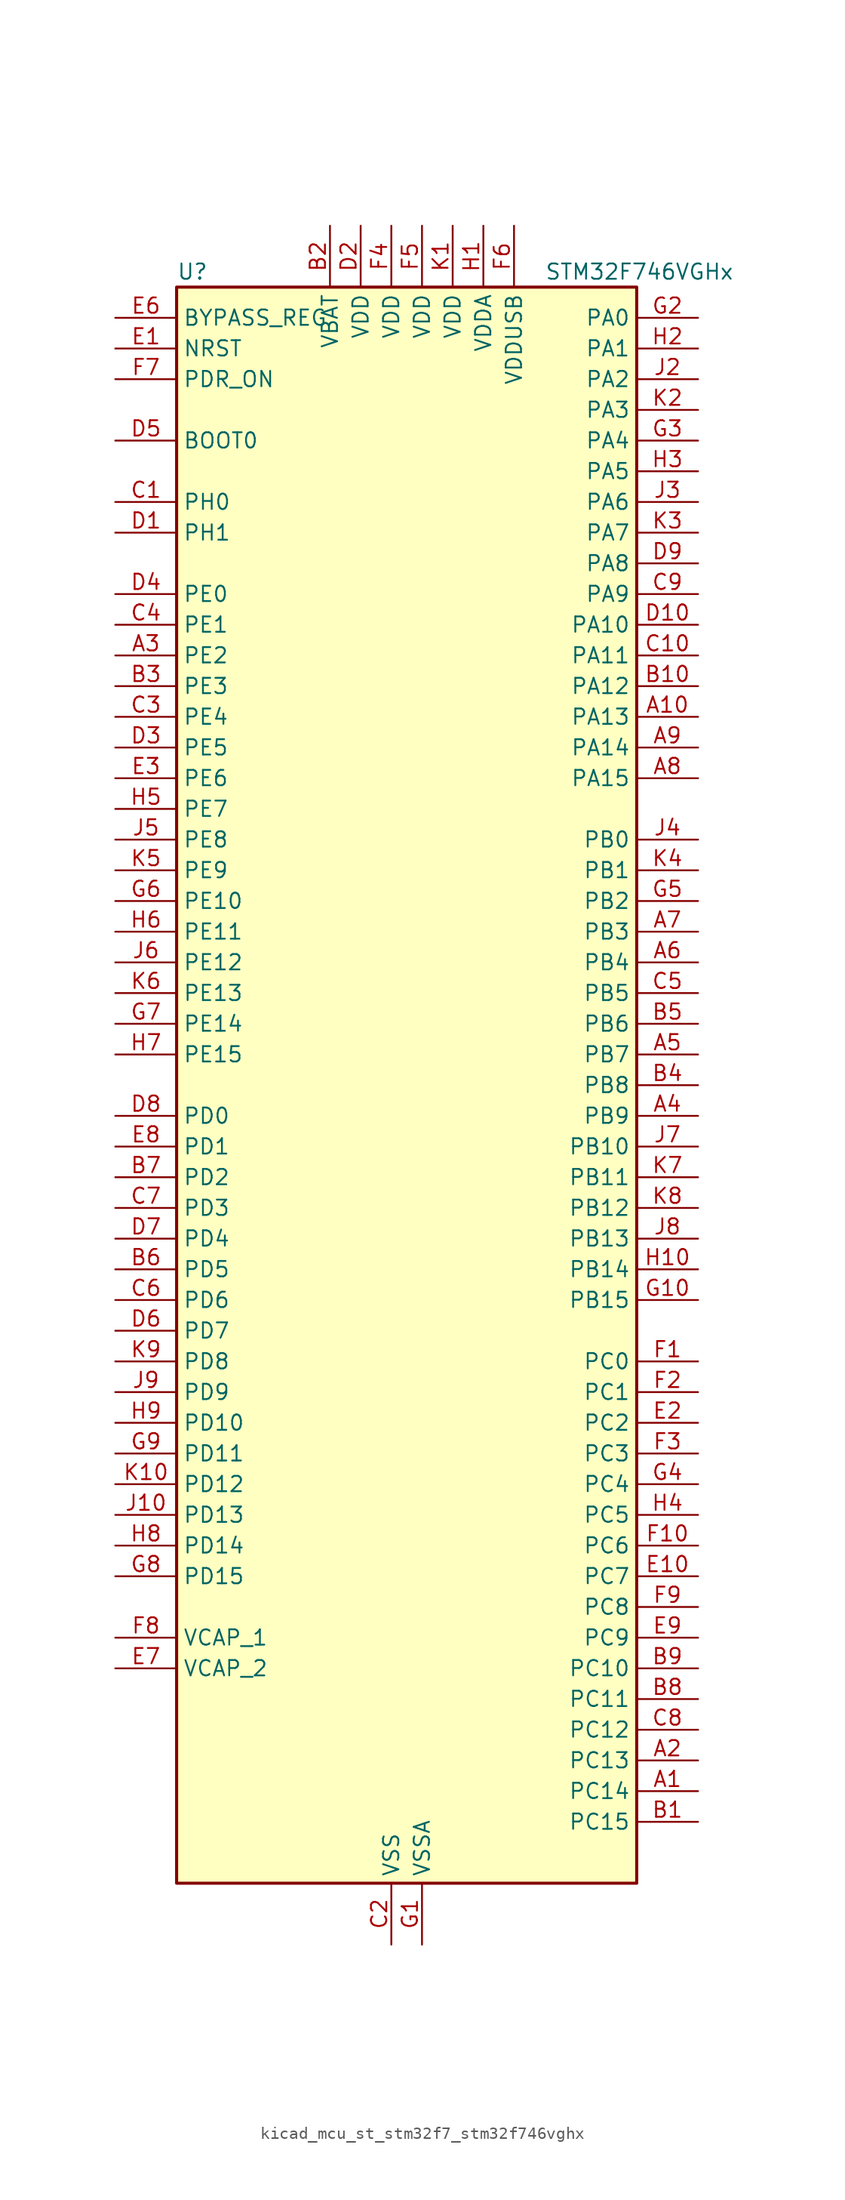
<source format=kicad_sym>
(kicad_symbol_lib
  (version 20220914)
  (generator kicad_symbol_editor)
  (symbol "kicad_mcu_st_stm32f7_stm32f746vghx"
    (property "Reference" "U"
      (at -17.78 67.31 0)
      (effects (font (size 1.27 1.27)) (justify left)))
    (property "Value" "STM32F746VGHx"
      (at 12.7 67.31 0)
      (effects (font (size 1.27 1.27)) (justify left)))
    (property "ki_locked" ""
      (at 0 0 0)
      (effects (font (size 1.27 1.27))))
    (symbol "kicad_mcu_st_stm32f7_stm32f746vghx_0_1"
      (rectangle (start -17.78 -66.04) (end 20.32 66.04) (stroke (width 0.254) (type default)) (fill (type background))))
    (symbol "kicad_mcu_st_stm32f7_stm32f746vghx_1_1"
      (pin bidirectional line (at 25.4 -58.42 180) (length 5.08) (name "PC14" (effects (font (size 1.27 1.27)))) (number "A1" (effects (font (size 1.27 1.27)))) (alternate "RCC_OSC32_IN" bidirectional line))
      (pin bidirectional line (at 25.4 30.48 180) (length 5.08) (name "PA13" (effects (font (size 1.27 1.27)))) (number "A10" (effects (font (size 1.27 1.27)))) (alternate "SYS_JTMS-SWDIO" bidirectional line))
      (pin bidirectional line (at 25.4 -55.88 180) (length 5.08) (name "PC13" (effects (font (size 1.27 1.27)))) (number "A2" (effects (font (size 1.27 1.27)))) (alternate "RTC_OUT" bidirectional line) (alternate "RTC_TAMP1" bidirectional line) (alternate "RTC_TS" bidirectional line) (alternate "SYS_WKUP4" bidirectional line))
      (pin bidirectional line (at -22.86 35.56 0) (length 5.08) (name "PE2" (effects (font (size 1.27 1.27)))) (number "A3" (effects (font (size 1.27 1.27)))) (alternate "ETH_TXD3" bidirectional line) (alternate "FMC_A23" bidirectional line) (alternate "QUADSPI_BK1_IO2" bidirectional line) (alternate "SAI1_MCLK_A" bidirectional line) (alternate "SPI4_SCK" bidirectional line) (alternate "SYS_TRACECLK" bidirectional line))
      (pin bidirectional line (at 25.4 -2.54 180) (length 5.08) (name "PB9" (effects (font (size 1.27 1.27)))) (number "A4" (effects (font (size 1.27 1.27)))) (alternate "CAN1_TX" bidirectional line) (alternate "DAC_EXTI9" bidirectional line) (alternate "DCMI_D7" bidirectional line) (alternate "I2C1_SDA" bidirectional line) (alternate "I2S2_WS" bidirectional line) (alternate "LTDC_B7" bidirectional line) (alternate "SDMMC1_D5" bidirectional line) (alternate "SPI2_NSS" bidirectional line) (alternate "TIM11_CH1" bidirectional line) (alternate "TIM4_CH4" bidirectional line))
      (pin bidirectional line (at 25.4 2.54 180) (length 5.08) (name "PB7" (effects (font (size 1.27 1.27)))) (number "A5" (effects (font (size 1.27 1.27)))) (alternate "DCMI_VSYNC" bidirectional line) (alternate "FMC_NL" bidirectional line) (alternate "I2C1_SDA" bidirectional line) (alternate "TIM4_CH2" bidirectional line) (alternate "USART1_RX" bidirectional line))
      (pin bidirectional line (at 25.4 10.16 180) (length 5.08) (name "PB4" (effects (font (size 1.27 1.27)))) (number "A6" (effects (font (size 1.27 1.27)))) (alternate "I2S2_WS" bidirectional line) (alternate "SPI1_MISO" bidirectional line) (alternate "SPI2_NSS" bidirectional line) (alternate "SPI3_MISO" bidirectional line) (alternate "SYS_JTRST" bidirectional line) (alternate "TIM3_CH1" bidirectional line))
      (pin bidirectional line (at 25.4 12.7 180) (length 5.08) (name "PB3" (effects (font (size 1.27 1.27)))) (number "A7" (effects (font (size 1.27 1.27)))) (alternate "I2S1_CK" bidirectional line) (alternate "I2S3_CK" bidirectional line) (alternate "SPI1_SCK" bidirectional line) (alternate "SPI3_SCK" bidirectional line) (alternate "SYS_JTDO-SWO" bidirectional line) (alternate "TIM2_CH2" bidirectional line))
      (pin bidirectional line (at 25.4 25.4 180) (length 5.08) (name "PA15" (effects (font (size 1.27 1.27)))) (number "A8" (effects (font (size 1.27 1.27)))) (alternate "CEC" bidirectional line) (alternate "I2S1_WS" bidirectional line) (alternate "I2S3_WS" bidirectional line) (alternate "SPI1_NSS" bidirectional line) (alternate "SPI3_NSS" bidirectional line) (alternate "SYS_JTDI" bidirectional line) (alternate "TIM2_CH1" bidirectional line) (alternate "TIM2_ETR" bidirectional line) (alternate "UART4_DE" bidirectional line) (alternate "UART4_RTS" bidirectional line))
      (pin bidirectional line (at 25.4 27.94 180) (length 5.08) (name "PA14" (effects (font (size 1.27 1.27)))) (number "A9" (effects (font (size 1.27 1.27)))) (alternate "SYS_JTCK-SWCLK" bidirectional line))
      (pin bidirectional line (at 25.4 -60.96 180) (length 5.08) (name "PC15" (effects (font (size 1.27 1.27)))) (number "B1" (effects (font (size 1.27 1.27)))) (alternate "RCC_OSC32_OUT" bidirectional line))
      (pin bidirectional line (at 25.4 33.02 180) (length 5.08) (name "PA12" (effects (font (size 1.27 1.27)))) (number "B10" (effects (font (size 1.27 1.27)))) (alternate "CAN1_TX" bidirectional line) (alternate "LTDC_R5" bidirectional line) (alternate "SAI2_FS_B" bidirectional line) (alternate "TIM1_ETR" bidirectional line) (alternate "USART1_DE" bidirectional line) (alternate "USART1_RTS" bidirectional line) (alternate "USB_OTG_FS_DP" bidirectional line))
      (pin power_in line (at -5.08 71.12 270) (length 5.08) (name "VBAT" (effects (font (size 1.27 1.27)))) (number "B2" (effects (font (size 1.27 1.27)))))
      (pin bidirectional line (at -22.86 33.02 0) (length 5.08) (name "PE3" (effects (font (size 1.27 1.27)))) (number "B3" (effects (font (size 1.27 1.27)))) (alternate "FMC_A19" bidirectional line) (alternate "SAI1_SD_B" bidirectional line) (alternate "SYS_TRACED0" bidirectional line))
      (pin bidirectional line (at 25.4 0 180) (length 5.08) (name "PB8" (effects (font (size 1.27 1.27)))) (number "B4" (effects (font (size 1.27 1.27)))) (alternate "CAN1_RX" bidirectional line) (alternate "DCMI_D6" bidirectional line) (alternate "ETH_TXD3" bidirectional line) (alternate "I2C1_SCL" bidirectional line) (alternate "LTDC_B6" bidirectional line) (alternate "SDMMC1_D4" bidirectional line) (alternate "TIM10_CH1" bidirectional line) (alternate "TIM4_CH3" bidirectional line))
      (pin bidirectional line (at 25.4 5.08 180) (length 5.08) (name "PB6" (effects (font (size 1.27 1.27)))) (number "B5" (effects (font (size 1.27 1.27)))) (alternate "CAN2_TX" bidirectional line) (alternate "CEC" bidirectional line) (alternate "DCMI_D5" bidirectional line) (alternate "FMC_SDNE1" bidirectional line) (alternate "I2C1_SCL" bidirectional line) (alternate "QUADSPI_BK1_NCS" bidirectional line) (alternate "TIM4_CH1" bidirectional line) (alternate "USART1_TX" bidirectional line))
      (pin bidirectional line (at -22.86 -15.24 0) (length 5.08) (name "PD5" (effects (font (size 1.27 1.27)))) (number "B6" (effects (font (size 1.27 1.27)))) (alternate "FMC_NWE" bidirectional line) (alternate "USART2_TX" bidirectional line))
      (pin bidirectional line (at -22.86 -7.62 0) (length 5.08) (name "PD2" (effects (font (size 1.27 1.27)))) (number "B7" (effects (font (size 1.27 1.27)))) (alternate "DCMI_D11" bidirectional line) (alternate "SDMMC1_CMD" bidirectional line) (alternate "SYS_TRACED2" bidirectional line) (alternate "TIM3_ETR" bidirectional line) (alternate "UART5_RX" bidirectional line))
      (pin bidirectional line (at 25.4 -50.8 180) (length 5.08) (name "PC11" (effects (font (size 1.27 1.27)))) (number "B8" (effects (font (size 1.27 1.27)))) (alternate "ADC1_EXTI11" bidirectional line) (alternate "ADC2_EXTI11" bidirectional line) (alternate "ADC3_EXTI11" bidirectional line) (alternate "DCMI_D4" bidirectional line) (alternate "QUADSPI_BK2_NCS" bidirectional line) (alternate "SDMMC1_D3" bidirectional line) (alternate "SPI3_MISO" bidirectional line) (alternate "UART4_RX" bidirectional line) (alternate "USART3_RX" bidirectional line))
      (pin bidirectional line (at 25.4 -48.26 180) (length 5.08) (name "PC10" (effects (font (size 1.27 1.27)))) (number "B9" (effects (font (size 1.27 1.27)))) (alternate "DCMI_D8" bidirectional line) (alternate "I2S3_CK" bidirectional line) (alternate "LTDC_R2" bidirectional line) (alternate "QUADSPI_BK1_IO1" bidirectional line) (alternate "SDMMC1_D2" bidirectional line) (alternate "SPI3_SCK" bidirectional line) (alternate "UART4_TX" bidirectional line) (alternate "USART3_TX" bidirectional line))
      (pin bidirectional line (at -22.86 48.26 0) (length 5.08) (name "PH0" (effects (font (size 1.27 1.27)))) (number "C1" (effects (font (size 1.27 1.27)))) (alternate "RCC_OSC_IN" bidirectional line))
      (pin bidirectional line (at 25.4 35.56 180) (length 5.08) (name "PA11" (effects (font (size 1.27 1.27)))) (number "C10" (effects (font (size 1.27 1.27)))) (alternate "ADC1_EXTI11" bidirectional line) (alternate "ADC2_EXTI11" bidirectional line) (alternate "ADC3_EXTI11" bidirectional line) (alternate "CAN1_RX" bidirectional line) (alternate "LTDC_R4" bidirectional line) (alternate "TIM1_CH4" bidirectional line) (alternate "USART1_CTS" bidirectional line) (alternate "USB_OTG_FS_DM" bidirectional line))
      (pin power_in line (at 0 -71.12 90) (length 5.08) (name "VSS" (effects (font (size 1.27 1.27)))) (number "C2" (effects (font (size 1.27 1.27)))))
      (pin bidirectional line (at -22.86 30.48 0) (length 5.08) (name "PE4" (effects (font (size 1.27 1.27)))) (number "C3" (effects (font (size 1.27 1.27)))) (alternate "DCMI_D4" bidirectional line) (alternate "FMC_A20" bidirectional line) (alternate "LTDC_B0" bidirectional line) (alternate "SAI1_FS_A" bidirectional line) (alternate "SPI4_NSS" bidirectional line) (alternate "SYS_TRACED1" bidirectional line))
      (pin bidirectional line (at -22.86 38.1 0) (length 5.08) (name "PE1" (effects (font (size 1.27 1.27)))) (number "C4" (effects (font (size 1.27 1.27)))) (alternate "DCMI_D3" bidirectional line) (alternate "FMC_NBL1" bidirectional line) (alternate "LPTIM1_IN2" bidirectional line) (alternate "UART8_TX" bidirectional line))
      (pin bidirectional line (at 25.4 7.62 180) (length 5.08) (name "PB5" (effects (font (size 1.27 1.27)))) (number "C5" (effects (font (size 1.27 1.27)))) (alternate "CAN2_RX" bidirectional line) (alternate "DCMI_D10" bidirectional line) (alternate "ETH_PPS_OUT" bidirectional line) (alternate "FMC_SDCKE1" bidirectional line) (alternate "I2C1_SMBA" bidirectional line) (alternate "I2S1_SD" bidirectional line) (alternate "I2S3_SD" bidirectional line) (alternate "SPI1_MOSI" bidirectional line) (alternate "SPI3_MOSI" bidirectional line) (alternate "TIM3_CH2" bidirectional line) (alternate "USB_OTG_HS_ULPI_D7" bidirectional line))
      (pin bidirectional line (at -22.86 -17.78 0) (length 5.08) (name "PD6" (effects (font (size 1.27 1.27)))) (number "C6" (effects (font (size 1.27 1.27)))) (alternate "DCMI_D10" bidirectional line) (alternate "FMC_NWAIT" bidirectional line) (alternate "I2S3_SD" bidirectional line) (alternate "LTDC_B2" bidirectional line) (alternate "SAI1_SD_A" bidirectional line) (alternate "SPI3_MOSI" bidirectional line) (alternate "USART2_RX" bidirectional line))
      (pin bidirectional line (at -22.86 -10.16 0) (length 5.08) (name "PD3" (effects (font (size 1.27 1.27)))) (number "C7" (effects (font (size 1.27 1.27)))) (alternate "DCMI_D5" bidirectional line) (alternate "FMC_CLK" bidirectional line) (alternate "I2S2_CK" bidirectional line) (alternate "LTDC_G7" bidirectional line) (alternate "SPI2_SCK" bidirectional line) (alternate "USART2_CTS" bidirectional line))
      (pin bidirectional line (at 25.4 -53.34 180) (length 5.08) (name "PC12" (effects (font (size 1.27 1.27)))) (number "C8" (effects (font (size 1.27 1.27)))) (alternate "DCMI_D9" bidirectional line) (alternate "I2S3_SD" bidirectional line) (alternate "SDMMC1_CK" bidirectional line) (alternate "SPI3_MOSI" bidirectional line) (alternate "SYS_TRACED3" bidirectional line) (alternate "UART5_TX" bidirectional line) (alternate "USART3_CK" bidirectional line))
      (pin bidirectional line (at 25.4 40.64 180) (length 5.08) (name "PA9" (effects (font (size 1.27 1.27)))) (number "C9" (effects (font (size 1.27 1.27)))) (alternate "DAC_EXTI9" bidirectional line) (alternate "DCMI_D0" bidirectional line) (alternate "I2C3_SMBA" bidirectional line) (alternate "I2S2_CK" bidirectional line) (alternate "SPI2_SCK" bidirectional line) (alternate "TIM1_CH2" bidirectional line) (alternate "USART1_TX" bidirectional line) (alternate "USB_OTG_FS_VBUS" bidirectional line))
      (pin bidirectional line (at -22.86 45.72 0) (length 5.08) (name "PH1" (effects (font (size 1.27 1.27)))) (number "D1" (effects (font (size 1.27 1.27)))) (alternate "RCC_OSC_OUT" bidirectional line))
      (pin bidirectional line (at 25.4 38.1 180) (length 5.08) (name "PA10" (effects (font (size 1.27 1.27)))) (number "D10" (effects (font (size 1.27 1.27)))) (alternate "DCMI_D1" bidirectional line) (alternate "TIM1_CH3" bidirectional line) (alternate "USART1_RX" bidirectional line) (alternate "USB_OTG_FS_ID" bidirectional line))
      (pin power_in line (at -2.54 71.12 270) (length 5.08) (name "VDD" (effects (font (size 1.27 1.27)))) (number "D2" (effects (font (size 1.27 1.27)))))
      (pin bidirectional line (at -22.86 27.94 0) (length 5.08) (name "PE5" (effects (font (size 1.27 1.27)))) (number "D3" (effects (font (size 1.27 1.27)))) (alternate "DCMI_D6" bidirectional line) (alternate "FMC_A21" bidirectional line) (alternate "LTDC_G0" bidirectional line) (alternate "SAI1_SCK_A" bidirectional line) (alternate "SPI4_MISO" bidirectional line) (alternate "SYS_TRACED2" bidirectional line) (alternate "TIM9_CH1" bidirectional line))
      (pin bidirectional line (at -22.86 40.64 0) (length 5.08) (name "PE0" (effects (font (size 1.27 1.27)))) (number "D4" (effects (font (size 1.27 1.27)))) (alternate "DCMI_D2" bidirectional line) (alternate "FMC_NBL0" bidirectional line) (alternate "LPTIM1_ETR" bidirectional line) (alternate "SAI2_MCLK_A" bidirectional line) (alternate "TIM4_ETR" bidirectional line) (alternate "UART8_RX" bidirectional line))
      (pin input line (at -22.86 53.34 0) (length 5.08) (name "BOOT0" (effects (font (size 1.27 1.27)))) (number "D5" (effects (font (size 1.27 1.27)))))
      (pin bidirectional line (at -22.86 -20.32 0) (length 5.08) (name "PD7" (effects (font (size 1.27 1.27)))) (number "D6" (effects (font (size 1.27 1.27)))) (alternate "FMC_NE1" bidirectional line) (alternate "SPDIFRX_IN0" bidirectional line) (alternate "USART2_CK" bidirectional line))
      (pin bidirectional line (at -22.86 -12.7 0) (length 5.08) (name "PD4" (effects (font (size 1.27 1.27)))) (number "D7" (effects (font (size 1.27 1.27)))) (alternate "FMC_NOE" bidirectional line) (alternate "USART2_DE" bidirectional line) (alternate "USART2_RTS" bidirectional line))
      (pin bidirectional line (at -22.86 -2.54 0) (length 5.08) (name "PD0" (effects (font (size 1.27 1.27)))) (number "D8" (effects (font (size 1.27 1.27)))) (alternate "CAN1_RX" bidirectional line) (alternate "FMC_D2" bidirectional line) (alternate "FMC_DA2" bidirectional line))
      (pin bidirectional line (at 25.4 43.18 180) (length 5.08) (name "PA8" (effects (font (size 1.27 1.27)))) (number "D9" (effects (font (size 1.27 1.27)))) (alternate "I2C3_SCL" bidirectional line) (alternate "LTDC_R6" bidirectional line) (alternate "RCC_MCO_1" bidirectional line) (alternate "TIM1_CH1" bidirectional line) (alternate "TIM8_BKIN2" bidirectional line) (alternate "USART1_CK" bidirectional line) (alternate "USB_OTG_FS_SOF" bidirectional line))
      (pin input line (at -22.86 60.96 0) (length 5.08) (name "NRST" (effects (font (size 1.27 1.27)))) (number "E1" (effects (font (size 1.27 1.27)))))
      (pin bidirectional line (at 25.4 -40.64 180) (length 5.08) (name "PC7" (effects (font (size 1.27 1.27)))) (number "E10" (effects (font (size 1.27 1.27)))) (alternate "DCMI_D1" bidirectional line) (alternate "I2S3_MCK" bidirectional line) (alternate "LTDC_G6" bidirectional line) (alternate "SDMMC1_D7" bidirectional line) (alternate "TIM3_CH2" bidirectional line) (alternate "TIM8_CH2" bidirectional line) (alternate "USART6_RX" bidirectional line))
      (pin bidirectional line (at 25.4 -27.94 180) (length 5.08) (name "PC2" (effects (font (size 1.27 1.27)))) (number "E2" (effects (font (size 1.27 1.27)))) (alternate "ADC1_IN12" bidirectional line) (alternate "ADC2_IN12" bidirectional line) (alternate "ADC3_IN12" bidirectional line) (alternate "ETH_TXD2" bidirectional line) (alternate "FMC_SDNE0" bidirectional line) (alternate "SPI2_MISO" bidirectional line) (alternate "USB_OTG_HS_ULPI_DIR" bidirectional line))
      (pin bidirectional line (at -22.86 25.4 0) (length 5.08) (name "PE6" (effects (font (size 1.27 1.27)))) (number "E3" (effects (font (size 1.27 1.27)))) (alternate "DCMI_D7" bidirectional line) (alternate "FMC_A22" bidirectional line) (alternate "LTDC_G1" bidirectional line) (alternate "SAI1_SD_A" bidirectional line) (alternate "SAI2_MCLK_B" bidirectional line) (alternate "SPI4_MOSI" bidirectional line) (alternate "SYS_TRACED3" bidirectional line) (alternate "TIM1_BKIN2" bidirectional line) (alternate "TIM9_CH2" bidirectional line))
      (pin passive line (at 0 -71.12 90) (length 5.08) hide (name "VSS" (effects (font (size 1.27 1.27)))) (number "E4" (effects (font (size 1.27 1.27)))))
      (pin passive line (at 0 -71.12 90) (length 5.08) hide (name "VSS" (effects (font (size 1.27 1.27)))) (number "E5" (effects (font (size 1.27 1.27)))))
      (pin input line (at -22.86 63.5 0) (length 5.08) (name "BYPASS_REG" (effects (font (size 1.27 1.27)))) (number "E6" (effects (font (size 1.27 1.27)))))
      (pin power_out line (at -22.86 -48.26 0) (length 5.08) (name "VCAP_2" (effects (font (size 1.27 1.27)))) (number "E7" (effects (font (size 1.27 1.27)))))
      (pin bidirectional line (at -22.86 -5.08 0) (length 5.08) (name "PD1" (effects (font (size 1.27 1.27)))) (number "E8" (effects (font (size 1.27 1.27)))) (alternate "CAN1_TX" bidirectional line) (alternate "FMC_D3" bidirectional line) (alternate "FMC_DA3" bidirectional line))
      (pin bidirectional line (at 25.4 -45.72 180) (length 5.08) (name "PC9" (effects (font (size 1.27 1.27)))) (number "E9" (effects (font (size 1.27 1.27)))) (alternate "DAC_EXTI9" bidirectional line) (alternate "DCMI_D3" bidirectional line) (alternate "I2C3_SDA" bidirectional line) (alternate "I2S_CKIN" bidirectional line) (alternate "QUADSPI_BK1_IO0" bidirectional line) (alternate "RCC_MCO_2" bidirectional line) (alternate "SDMMC1_D1" bidirectional line) (alternate "TIM3_CH4" bidirectional line) (alternate "TIM8_CH4" bidirectional line) (alternate "UART5_CTS" bidirectional line))
      (pin bidirectional line (at 25.4 -22.86 180) (length 5.08) (name "PC0" (effects (font (size 1.27 1.27)))) (number "F1" (effects (font (size 1.27 1.27)))) (alternate "ADC1_IN10" bidirectional line) (alternate "ADC2_IN10" bidirectional line) (alternate "ADC3_IN10" bidirectional line) (alternate "FMC_SDNWE" bidirectional line) (alternate "LTDC_R5" bidirectional line) (alternate "SAI2_FS_B" bidirectional line) (alternate "USB_OTG_HS_ULPI_STP" bidirectional line))
      (pin bidirectional line (at 25.4 -38.1 180) (length 5.08) (name "PC6" (effects (font (size 1.27 1.27)))) (number "F10" (effects (font (size 1.27 1.27)))) (alternate "DCMI_D0" bidirectional line) (alternate "I2S2_MCK" bidirectional line) (alternate "LTDC_HSYNC" bidirectional line) (alternate "SDMMC1_D6" bidirectional line) (alternate "TIM3_CH1" bidirectional line) (alternate "TIM8_CH1" bidirectional line) (alternate "USART6_TX" bidirectional line))
      (pin bidirectional line (at 25.4 -25.4 180) (length 5.08) (name "PC1" (effects (font (size 1.27 1.27)))) (number "F2" (effects (font (size 1.27 1.27)))) (alternate "ADC1_IN11" bidirectional line) (alternate "ADC2_IN11" bidirectional line) (alternate "ADC3_IN11" bidirectional line) (alternate "ETH_MDC" bidirectional line) (alternate "I2S2_SD" bidirectional line) (alternate "RTC_TAMP3" bidirectional line) (alternate "RTC_TS" bidirectional line) (alternate "SAI1_SD_A" bidirectional line) (alternate "SPI2_MOSI" bidirectional line) (alternate "SYS_TRACED0" bidirectional line) (alternate "SYS_WKUP3" bidirectional line))
      (pin bidirectional line (at 25.4 -30.48 180) (length 5.08) (name "PC3" (effects (font (size 1.27 1.27)))) (number "F3" (effects (font (size 1.27 1.27)))) (alternate "ADC1_IN13" bidirectional line) (alternate "ADC2_IN13" bidirectional line) (alternate "ADC3_IN13" bidirectional line) (alternate "ETH_TX_CLK" bidirectional line) (alternate "FMC_SDCKE0" bidirectional line) (alternate "I2S2_SD" bidirectional line) (alternate "SPI2_MOSI" bidirectional line) (alternate "USB_OTG_HS_ULPI_NXT" bidirectional line))
      (pin power_in line (at 0 71.12 270) (length 5.08) (name "VDD" (effects (font (size 1.27 1.27)))) (number "F4" (effects (font (size 1.27 1.27)))))
      (pin power_in line (at 2.54 71.12 270) (length 5.08) (name "VDD" (effects (font (size 1.27 1.27)))) (number "F5" (effects (font (size 1.27 1.27)))))
      (pin power_in line (at 10.16 71.12 270) (length 5.08) (name "VDDUSB" (effects (font (size 1.27 1.27)))) (number "F6" (effects (font (size 1.27 1.27)))))
      (pin input line (at -22.86 58.42 0) (length 5.08) (name "PDR_ON" (effects (font (size 1.27 1.27)))) (number "F7" (effects (font (size 1.27 1.27)))))
      (pin power_out line (at -22.86 -45.72 0) (length 5.08) (name "VCAP_1" (effects (font (size 1.27 1.27)))) (number "F8" (effects (font (size 1.27 1.27)))))
      (pin bidirectional line (at 25.4 -43.18 180) (length 5.08) (name "PC8" (effects (font (size 1.27 1.27)))) (number "F9" (effects (font (size 1.27 1.27)))) (alternate "DCMI_D2" bidirectional line) (alternate "SDMMC1_D0" bidirectional line) (alternate "SYS_TRACED1" bidirectional line) (alternate "TIM3_CH3" bidirectional line) (alternate "TIM8_CH3" bidirectional line) (alternate "UART5_DE" bidirectional line) (alternate "UART5_RTS" bidirectional line) (alternate "USART6_CK" bidirectional line))
      (pin power_in line (at 2.54 -71.12 90) (length 5.08) (name "VSSA" (effects (font (size 1.27 1.27)))) (number "G1" (effects (font (size 1.27 1.27)))))
      (pin bidirectional line (at 25.4 -17.78 180) (length 5.08) (name "PB15" (effects (font (size 1.27 1.27)))) (number "G10" (effects (font (size 1.27 1.27)))) (alternate "I2S2_SD" bidirectional line) (alternate "RTC_REFIN" bidirectional line) (alternate "SPI2_MOSI" bidirectional line) (alternate "TIM12_CH2" bidirectional line) (alternate "TIM1_CH3N" bidirectional line) (alternate "TIM8_CH3N" bidirectional line) (alternate "USB_OTG_HS_DP" bidirectional line))
      (pin bidirectional line (at 25.4 63.5 180) (length 5.08) (name "PA0" (effects (font (size 1.27 1.27)))) (number "G2" (effects (font (size 1.27 1.27)))) (alternate "ADC1_IN0" bidirectional line) (alternate "ADC2_IN0" bidirectional line) (alternate "ADC3_IN0" bidirectional line) (alternate "ETH_CRS" bidirectional line) (alternate "SAI2_SD_B" bidirectional line) (alternate "SYS_WKUP1" bidirectional line) (alternate "TIM2_CH1" bidirectional line) (alternate "TIM2_ETR" bidirectional line) (alternate "TIM5_CH1" bidirectional line) (alternate "TIM8_ETR" bidirectional line) (alternate "UART4_TX" bidirectional line) (alternate "USART2_CTS" bidirectional line))
      (pin bidirectional line (at 25.4 53.34 180) (length 5.08) (name "PA4" (effects (font (size 1.27 1.27)))) (number "G3" (effects (font (size 1.27 1.27)))) (alternate "ADC1_IN4" bidirectional line) (alternate "ADC2_IN4" bidirectional line) (alternate "DAC_OUT1" bidirectional line) (alternate "DCMI_HSYNC" bidirectional line) (alternate "I2S1_WS" bidirectional line) (alternate "I2S3_WS" bidirectional line) (alternate "LTDC_VSYNC" bidirectional line) (alternate "SPI1_NSS" bidirectional line) (alternate "SPI3_NSS" bidirectional line) (alternate "USART2_CK" bidirectional line) (alternate "USB_OTG_HS_SOF" bidirectional line))
      (pin bidirectional line (at 25.4 -33.02 180) (length 5.08) (name "PC4" (effects (font (size 1.27 1.27)))) (number "G4" (effects (font (size 1.27 1.27)))) (alternate "ADC1_IN14" bidirectional line) (alternate "ADC2_IN14" bidirectional line) (alternate "ETH_RXD0" bidirectional line) (alternate "FMC_SDNE0" bidirectional line) (alternate "I2S1_MCK" bidirectional line) (alternate "SPDIFRX_IN2" bidirectional line))
      (pin bidirectional line (at 25.4 15.24 180) (length 5.08) (name "PB2" (effects (font (size 1.27 1.27)))) (number "G5" (effects (font (size 1.27 1.27)))) (alternate "I2S3_SD" bidirectional line) (alternate "QUADSPI_CLK" bidirectional line) (alternate "SAI1_SD_A" bidirectional line) (alternate "SPI3_MOSI" bidirectional line))
      (pin bidirectional line (at -22.86 15.24 0) (length 5.08) (name "PE10" (effects (font (size 1.27 1.27)))) (number "G6" (effects (font (size 1.27 1.27)))) (alternate "FMC_D7" bidirectional line) (alternate "FMC_DA7" bidirectional line) (alternate "QUADSPI_BK2_IO3" bidirectional line) (alternate "TIM1_CH2N" bidirectional line) (alternate "UART7_CTS" bidirectional line))
      (pin bidirectional line (at -22.86 5.08 0) (length 5.08) (name "PE14" (effects (font (size 1.27 1.27)))) (number "G7" (effects (font (size 1.27 1.27)))) (alternate "FMC_D11" bidirectional line) (alternate "FMC_DA11" bidirectional line) (alternate "LTDC_CLK" bidirectional line) (alternate "SAI2_MCLK_B" bidirectional line) (alternate "SPI4_MOSI" bidirectional line) (alternate "TIM1_CH4" bidirectional line))
      (pin bidirectional line (at -22.86 -40.64 0) (length 5.08) (name "PD15" (effects (font (size 1.27 1.27)))) (number "G8" (effects (font (size 1.27 1.27)))) (alternate "FMC_D1" bidirectional line) (alternate "FMC_DA1" bidirectional line) (alternate "TIM4_CH4" bidirectional line) (alternate "UART8_DE" bidirectional line) (alternate "UART8_RTS" bidirectional line))
      (pin bidirectional line (at -22.86 -30.48 0) (length 5.08) (name "PD11" (effects (font (size 1.27 1.27)))) (number "G9" (effects (font (size 1.27 1.27)))) (alternate "ADC1_EXTI11" bidirectional line) (alternate "ADC2_EXTI11" bidirectional line) (alternate "ADC3_EXTI11" bidirectional line) (alternate "FMC_A16" bidirectional line) (alternate "FMC_CLE" bidirectional line) (alternate "I2C4_SMBA" bidirectional line) (alternate "QUADSPI_BK1_IO0" bidirectional line) (alternate "SAI2_SD_A" bidirectional line) (alternate "USART3_CTS" bidirectional line))
      (pin power_in line (at 7.62 71.12 270) (length 5.08) (name "VDDA" (effects (font (size 1.27 1.27)))) (number "H1" (effects (font (size 1.27 1.27)))))
      (pin bidirectional line (at 25.4 -15.24 180) (length 5.08) (name "PB14" (effects (font (size 1.27 1.27)))) (number "H10" (effects (font (size 1.27 1.27)))) (alternate "SPI2_MISO" bidirectional line) (alternate "TIM12_CH1" bidirectional line) (alternate "TIM1_CH2N" bidirectional line) (alternate "TIM8_CH2N" bidirectional line) (alternate "USART3_DE" bidirectional line) (alternate "USART3_RTS" bidirectional line) (alternate "USB_OTG_HS_DM" bidirectional line))
      (pin bidirectional line (at 25.4 60.96 180) (length 5.08) (name "PA1" (effects (font (size 1.27 1.27)))) (number "H2" (effects (font (size 1.27 1.27)))) (alternate "ADC1_IN1" bidirectional line) (alternate "ADC2_IN1" bidirectional line) (alternate "ADC3_IN1" bidirectional line) (alternate "ETH_REF_CLK" bidirectional line) (alternate "ETH_RX_CLK" bidirectional line) (alternate "LTDC_R2" bidirectional line) (alternate "QUADSPI_BK1_IO3" bidirectional line) (alternate "SAI2_MCLK_B" bidirectional line) (alternate "TIM2_CH2" bidirectional line) (alternate "TIM5_CH2" bidirectional line) (alternate "UART4_RX" bidirectional line) (alternate "USART2_DE" bidirectional line) (alternate "USART2_RTS" bidirectional line))
      (pin bidirectional line (at 25.4 50.8 180) (length 5.08) (name "PA5" (effects (font (size 1.27 1.27)))) (number "H3" (effects (font (size 1.27 1.27)))) (alternate "ADC1_IN5" bidirectional line) (alternate "ADC2_IN5" bidirectional line) (alternate "DAC_OUT2" bidirectional line) (alternate "I2S1_CK" bidirectional line) (alternate "LTDC_R4" bidirectional line) (alternate "SPI1_SCK" bidirectional line) (alternate "TIM2_CH1" bidirectional line) (alternate "TIM2_ETR" bidirectional line) (alternate "TIM8_CH1N" bidirectional line) (alternate "USB_OTG_HS_ULPI_CK" bidirectional line))
      (pin bidirectional line (at 25.4 -35.56 180) (length 5.08) (name "PC5" (effects (font (size 1.27 1.27)))) (number "H4" (effects (font (size 1.27 1.27)))) (alternate "ADC1_IN15" bidirectional line) (alternate "ADC2_IN15" bidirectional line) (alternate "ETH_RXD1" bidirectional line) (alternate "FMC_SDCKE0" bidirectional line) (alternate "SPDIFRX_IN3" bidirectional line))
      (pin bidirectional line (at -22.86 22.86 0) (length 5.08) (name "PE7" (effects (font (size 1.27 1.27)))) (number "H5" (effects (font (size 1.27 1.27)))) (alternate "FMC_D4" bidirectional line) (alternate "FMC_DA4" bidirectional line) (alternate "QUADSPI_BK2_IO0" bidirectional line) (alternate "TIM1_ETR" bidirectional line) (alternate "UART7_RX" bidirectional line))
      (pin bidirectional line (at -22.86 12.7 0) (length 5.08) (name "PE11" (effects (font (size 1.27 1.27)))) (number "H6" (effects (font (size 1.27 1.27)))) (alternate "ADC1_EXTI11" bidirectional line) (alternate "ADC2_EXTI11" bidirectional line) (alternate "ADC3_EXTI11" bidirectional line) (alternate "FMC_D8" bidirectional line) (alternate "FMC_DA8" bidirectional line) (alternate "LTDC_G3" bidirectional line) (alternate "SAI2_SD_B" bidirectional line) (alternate "SPI4_NSS" bidirectional line) (alternate "TIM1_CH2" bidirectional line))
      (pin bidirectional line (at -22.86 2.54 0) (length 5.08) (name "PE15" (effects (font (size 1.27 1.27)))) (number "H7" (effects (font (size 1.27 1.27)))) (alternate "FMC_D12" bidirectional line) (alternate "FMC_DA12" bidirectional line) (alternate "LTDC_R7" bidirectional line) (alternate "TIM1_BKIN" bidirectional line))
      (pin bidirectional line (at -22.86 -38.1 0) (length 5.08) (name "PD14" (effects (font (size 1.27 1.27)))) (number "H8" (effects (font (size 1.27 1.27)))) (alternate "FMC_D0" bidirectional line) (alternate "FMC_DA0" bidirectional line) (alternate "TIM4_CH3" bidirectional line) (alternate "UART8_CTS" bidirectional line))
      (pin bidirectional line (at -22.86 -27.94 0) (length 5.08) (name "PD10" (effects (font (size 1.27 1.27)))) (number "H9" (effects (font (size 1.27 1.27)))) (alternate "FMC_D15" bidirectional line) (alternate "FMC_DA15" bidirectional line) (alternate "LTDC_B3" bidirectional line) (alternate "USART3_CK" bidirectional line))
      (pin passive line (at 0 -71.12 90) (length 5.08) hide (name "VSS" (effects (font (size 1.27 1.27)))) (number "J1" (effects (font (size 1.27 1.27)))))
      (pin bidirectional line (at -22.86 -35.56 0) (length 5.08) (name "PD13" (effects (font (size 1.27 1.27)))) (number "J10" (effects (font (size 1.27 1.27)))) (alternate "FMC_A18" bidirectional line) (alternate "I2C4_SDA" bidirectional line) (alternate "LPTIM1_OUT" bidirectional line) (alternate "QUADSPI_BK1_IO3" bidirectional line) (alternate "SAI2_SCK_A" bidirectional line) (alternate "TIM4_CH2" bidirectional line))
      (pin bidirectional line (at 25.4 58.42 180) (length 5.08) (name "PA2" (effects (font (size 1.27 1.27)))) (number "J2" (effects (font (size 1.27 1.27)))) (alternate "ADC1_IN2" bidirectional line) (alternate "ADC2_IN2" bidirectional line) (alternate "ADC3_IN2" bidirectional line) (alternate "ETH_MDIO" bidirectional line) (alternate "LTDC_R1" bidirectional line) (alternate "SAI2_SCK_B" bidirectional line) (alternate "SYS_WKUP2" bidirectional line) (alternate "TIM2_CH3" bidirectional line) (alternate "TIM5_CH3" bidirectional line) (alternate "TIM9_CH1" bidirectional line) (alternate "USART2_TX" bidirectional line))
      (pin bidirectional line (at 25.4 48.26 180) (length 5.08) (name "PA6" (effects (font (size 1.27 1.27)))) (number "J3" (effects (font (size 1.27 1.27)))) (alternate "ADC1_IN6" bidirectional line) (alternate "ADC2_IN6" bidirectional line) (alternate "DCMI_PIXCLK" bidirectional line) (alternate "LTDC_G2" bidirectional line) (alternate "SPI1_MISO" bidirectional line) (alternate "TIM13_CH1" bidirectional line) (alternate "TIM1_BKIN" bidirectional line) (alternate "TIM3_CH1" bidirectional line) (alternate "TIM8_BKIN" bidirectional line))
      (pin bidirectional line (at 25.4 20.32 180) (length 5.08) (name "PB0" (effects (font (size 1.27 1.27)))) (number "J4" (effects (font (size 1.27 1.27)))) (alternate "ADC1_IN8" bidirectional line) (alternate "ADC2_IN8" bidirectional line) (alternate "ETH_RXD2" bidirectional line) (alternate "LTDC_R3" bidirectional line) (alternate "TIM1_CH2N" bidirectional line) (alternate "TIM3_CH3" bidirectional line) (alternate "TIM8_CH2N" bidirectional line) (alternate "UART4_CTS" bidirectional line) (alternate "USB_OTG_HS_ULPI_D1" bidirectional line))
      (pin bidirectional line (at -22.86 20.32 0) (length 5.08) (name "PE8" (effects (font (size 1.27 1.27)))) (number "J5" (effects (font (size 1.27 1.27)))) (alternate "FMC_D5" bidirectional line) (alternate "FMC_DA5" bidirectional line) (alternate "QUADSPI_BK2_IO1" bidirectional line) (alternate "TIM1_CH1N" bidirectional line) (alternate "UART7_TX" bidirectional line))
      (pin bidirectional line (at -22.86 10.16 0) (length 5.08) (name "PE12" (effects (font (size 1.27 1.27)))) (number "J6" (effects (font (size 1.27 1.27)))) (alternate "FMC_D9" bidirectional line) (alternate "FMC_DA9" bidirectional line) (alternate "LTDC_B4" bidirectional line) (alternate "SAI2_SCK_B" bidirectional line) (alternate "SPI4_SCK" bidirectional line) (alternate "TIM1_CH3N" bidirectional line))
      (pin bidirectional line (at 25.4 -5.08 180) (length 5.08) (name "PB10" (effects (font (size 1.27 1.27)))) (number "J7" (effects (font (size 1.27 1.27)))) (alternate "ETH_RX_ER" bidirectional line) (alternate "I2C2_SCL" bidirectional line) (alternate "I2S2_CK" bidirectional line) (alternate "LTDC_G4" bidirectional line) (alternate "SPI2_SCK" bidirectional line) (alternate "TIM2_CH3" bidirectional line) (alternate "USART3_TX" bidirectional line) (alternate "USB_OTG_HS_ULPI_D3" bidirectional line))
      (pin bidirectional line (at 25.4 -12.7 180) (length 5.08) (name "PB13" (effects (font (size 1.27 1.27)))) (number "J8" (effects (font (size 1.27 1.27)))) (alternate "CAN2_TX" bidirectional line) (alternate "ETH_TXD1" bidirectional line) (alternate "I2S2_CK" bidirectional line) (alternate "SPI2_SCK" bidirectional line) (alternate "TIM1_CH1N" bidirectional line) (alternate "USART3_CTS" bidirectional line) (alternate "USB_OTG_HS_ULPI_D6" bidirectional line) (alternate "USB_OTG_HS_VBUS" bidirectional line))
      (pin bidirectional line (at -22.86 -25.4 0) (length 5.08) (name "PD9" (effects (font (size 1.27 1.27)))) (number "J9" (effects (font (size 1.27 1.27)))) (alternate "DAC_EXTI9" bidirectional line) (alternate "FMC_D14" bidirectional line) (alternate "FMC_DA14" bidirectional line) (alternate "USART3_RX" bidirectional line))
      (pin power_in line (at 5.08 71.12 270) (length 5.08) (name "VDD" (effects (font (size 1.27 1.27)))) (number "K1" (effects (font (size 1.27 1.27)))))
      (pin bidirectional line (at -22.86 -33.02 0) (length 5.08) (name "PD12" (effects (font (size 1.27 1.27)))) (number "K10" (effects (font (size 1.27 1.27)))) (alternate "FMC_A17" bidirectional line) (alternate "FMC_ALE" bidirectional line) (alternate "I2C4_SCL" bidirectional line) (alternate "LPTIM1_IN1" bidirectional line) (alternate "QUADSPI_BK1_IO1" bidirectional line) (alternate "SAI2_FS_A" bidirectional line) (alternate "TIM4_CH1" bidirectional line) (alternate "USART3_DE" bidirectional line) (alternate "USART3_RTS" bidirectional line))
      (pin bidirectional line (at 25.4 55.88 180) (length 5.08) (name "PA3" (effects (font (size 1.27 1.27)))) (number "K2" (effects (font (size 1.27 1.27)))) (alternate "ADC1_IN3" bidirectional line) (alternate "ADC2_IN3" bidirectional line) (alternate "ADC3_IN3" bidirectional line) (alternate "ETH_COL" bidirectional line) (alternate "LTDC_B5" bidirectional line) (alternate "TIM2_CH4" bidirectional line) (alternate "TIM5_CH4" bidirectional line) (alternate "TIM9_CH2" bidirectional line) (alternate "USART2_RX" bidirectional line) (alternate "USB_OTG_HS_ULPI_D0" bidirectional line))
      (pin bidirectional line (at 25.4 45.72 180) (length 5.08) (name "PA7" (effects (font (size 1.27 1.27)))) (number "K3" (effects (font (size 1.27 1.27)))) (alternate "ADC1_IN7" bidirectional line) (alternate "ADC2_IN7" bidirectional line) (alternate "ETH_CRS_DV" bidirectional line) (alternate "ETH_RX_DV" bidirectional line) (alternate "FMC_SDNWE" bidirectional line) (alternate "I2S1_SD" bidirectional line) (alternate "SPI1_MOSI" bidirectional line) (alternate "TIM14_CH1" bidirectional line) (alternate "TIM1_CH1N" bidirectional line) (alternate "TIM3_CH2" bidirectional line) (alternate "TIM8_CH1N" bidirectional line))
      (pin bidirectional line (at 25.4 17.78 180) (length 5.08) (name "PB1" (effects (font (size 1.27 1.27)))) (number "K4" (effects (font (size 1.27 1.27)))) (alternate "ADC1_IN9" bidirectional line) (alternate "ADC2_IN9" bidirectional line) (alternate "ETH_RXD3" bidirectional line) (alternate "LTDC_R6" bidirectional line) (alternate "TIM1_CH3N" bidirectional line) (alternate "TIM3_CH4" bidirectional line) (alternate "TIM8_CH3N" bidirectional line) (alternate "USB_OTG_HS_ULPI_D2" bidirectional line))
      (pin bidirectional line (at -22.86 17.78 0) (length 5.08) (name "PE9" (effects (font (size 1.27 1.27)))) (number "K5" (effects (font (size 1.27 1.27)))) (alternate "DAC_EXTI9" bidirectional line) (alternate "FMC_D6" bidirectional line) (alternate "FMC_DA6" bidirectional line) (alternate "QUADSPI_BK2_IO2" bidirectional line) (alternate "TIM1_CH1" bidirectional line) (alternate "UART7_DE" bidirectional line) (alternate "UART7_RTS" bidirectional line))
      (pin bidirectional line (at -22.86 7.62 0) (length 5.08) (name "PE13" (effects (font (size 1.27 1.27)))) (number "K6" (effects (font (size 1.27 1.27)))) (alternate "FMC_D10" bidirectional line) (alternate "FMC_DA10" bidirectional line) (alternate "LTDC_DE" bidirectional line) (alternate "SAI2_FS_B" bidirectional line) (alternate "SPI4_MISO" bidirectional line) (alternate "TIM1_CH3" bidirectional line))
      (pin bidirectional line (at 25.4 -7.62 180) (length 5.08) (name "PB11" (effects (font (size 1.27 1.27)))) (number "K7" (effects (font (size 1.27 1.27)))) (alternate "ADC1_EXTI11" bidirectional line) (alternate "ADC2_EXTI11" bidirectional line) (alternate "ADC3_EXTI11" bidirectional line) (alternate "ETH_TX_EN" bidirectional line) (alternate "I2C2_SDA" bidirectional line) (alternate "LTDC_G5" bidirectional line) (alternate "TIM2_CH4" bidirectional line) (alternate "USART3_RX" bidirectional line) (alternate "USB_OTG_HS_ULPI_D4" bidirectional line))
      (pin bidirectional line (at 25.4 -10.16 180) (length 5.08) (name "PB12" (effects (font (size 1.27 1.27)))) (number "K8" (effects (font (size 1.27 1.27)))) (alternate "CAN2_RX" bidirectional line) (alternate "ETH_TXD0" bidirectional line) (alternate "I2C2_SMBA" bidirectional line) (alternate "I2S2_WS" bidirectional line) (alternate "SPI2_NSS" bidirectional line) (alternate "TIM1_BKIN" bidirectional line) (alternate "USART3_CK" bidirectional line) (alternate "USB_OTG_HS_ID" bidirectional line) (alternate "USB_OTG_HS_ULPI_D5" bidirectional line))
      (pin bidirectional line (at -22.86 -22.86 0) (length 5.08) (name "PD8" (effects (font (size 1.27 1.27)))) (number "K9" (effects (font (size 1.27 1.27)))) (alternate "FMC_D13" bidirectional line) (alternate "FMC_DA13" bidirectional line) (alternate "SPDIFRX_IN1" bidirectional line) (alternate "USART3_TX" bidirectional line)))))
</source>
